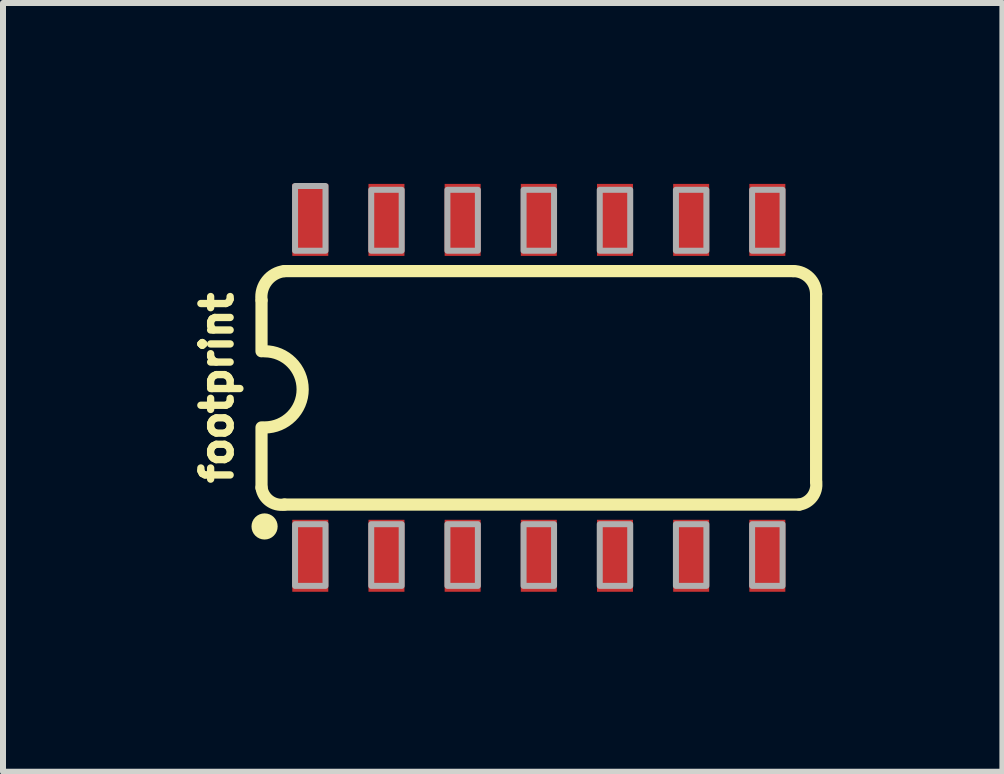
<source format=kicad_pcb>
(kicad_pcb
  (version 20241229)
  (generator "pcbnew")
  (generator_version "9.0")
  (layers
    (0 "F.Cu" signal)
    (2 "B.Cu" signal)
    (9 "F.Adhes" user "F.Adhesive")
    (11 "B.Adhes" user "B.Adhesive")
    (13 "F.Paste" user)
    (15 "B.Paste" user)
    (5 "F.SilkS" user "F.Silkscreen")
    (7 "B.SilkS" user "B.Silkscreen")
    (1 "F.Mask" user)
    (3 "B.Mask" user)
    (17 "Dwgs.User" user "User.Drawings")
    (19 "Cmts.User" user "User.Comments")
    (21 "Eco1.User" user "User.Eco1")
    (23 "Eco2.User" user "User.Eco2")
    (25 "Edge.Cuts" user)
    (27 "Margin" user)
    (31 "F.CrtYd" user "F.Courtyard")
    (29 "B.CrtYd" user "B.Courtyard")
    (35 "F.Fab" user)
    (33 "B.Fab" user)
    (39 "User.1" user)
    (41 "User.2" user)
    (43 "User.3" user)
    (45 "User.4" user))
  (footprint "footprint"
    (layer "F.Cu")
    (at 5.933 3.416)
    (property "Reference" "footprint" (at -5.08 0 90) (layer "F.SilkS") (effects (font (size 0.488 0.488) (thickness 0.122)) (justify bottom)))
    (fp_line (start -4.623 -1.453) (end -4.623 -0.61) (stroke (width 0.203) (type solid)) (layer "F.SilkS"))
    (fp_line (start -4.623 1.665) (end -4.623 0.66) (stroke (width 0.203) (type solid)) (layer "F.SilkS"))
    (fp_line (start -4.242 1.946) (end 4.342 1.946) (stroke (width 0.203) (type solid)) (layer "F.SilkS"))
    (fp_line (start 4.242 -1.946) (end -4.242 -1.946) (stroke (width 0.203) (type solid)) (layer "F.SilkS"))
    (fp_line (start 4.623 1.565) (end 4.623 -1.565) (stroke (width 0.203) (type solid)) (layer "F.SilkS"))
    (fp_arc (start -4.6228 -1.4653) (mid -4.531948 -1.784731) (end -4.2418 -1.9463) (stroke (width 0.2032) (type solid)) (layer "F.SilkS"))
    (fp_arc (start -4.572 -0.6096) (mid -3.937 0.0254) (end -4.572 0.6604) (stroke (width 0.2032) (type solid)) (layer "F.SilkS"))
    (fp_arc (start -4.241799 1.946301) (mid -4.49054 1.884767) (end -4.6228 1.6653) (stroke (width 0.2032) (type solid)) (layer "F.SilkS"))
    (fp_arc (start 4.2418 -1.9463) (mid 4.511237 -1.834736) (end 4.6228 -1.565298) (stroke (width 0.2032) (type solid)) (layer "F.SilkS"))
    (fp_arc (start 4.6228 1.5653) (mid 4.561208 1.813997) (end 4.3418 1.9463) (stroke (width 0.2032) (type solid)) (layer "F.SilkS"))
    (fp_circle (center -4.572 2.311) (end -4.463 2.311) (stroke (width 0.218) (type solid)) (fill yes) (layer "F.SilkS"))
    (fp_poly (pts (xy -4.064 -2.286) (xy -3.556 -2.286) (xy -3.556 -3.365) (xy -4.064 -3.365)) (stroke (width 0.1) (type solid)) (fill no) (layer "F.Fab"))
    (fp_poly (pts (xy -4.064 3.302) (xy -3.556 3.302) (xy -3.556 2.273) (xy -4.064 2.273)) (stroke (width 0.1) (type solid)) (fill no) (layer "F.Fab"))
    (fp_poly (pts (xy -2.794 -2.286) (xy -2.286 -2.286) (xy -2.286 -3.302) (xy -2.794 -3.302)) (stroke (width 0.1) (type solid)) (fill no) (layer "F.Fab"))
    (fp_poly (pts (xy -2.794 3.302) (xy -2.286 3.302) (xy -2.286 2.273) (xy -2.794 2.273)) (stroke (width 0.1) (type solid)) (fill no) (layer "F.Fab"))
    (fp_poly (pts (xy -1.524 -2.286) (xy -1.016 -2.286) (xy -1.016 -3.302) (xy -1.524 -3.302)) (stroke (width 0.1) (type solid)) (fill no) (layer "F.Fab"))
    (fp_poly (pts (xy -1.524 3.302) (xy -1.016 3.302) (xy -1.016 2.273) (xy -1.524 2.273)) (stroke (width 0.1) (type solid)) (fill no) (layer "F.Fab"))
    (fp_poly (pts (xy -0.254 -2.286) (xy 0.254 -2.286) (xy 0.254 -3.302) (xy -0.254 -3.302)) (stroke (width 0.1) (type solid)) (fill no) (layer "F.Fab"))
    (fp_poly (pts (xy -0.254 3.302) (xy 0.254 3.302) (xy 0.254 2.273) (xy -0.254 2.273)) (stroke (width 0.1) (type solid)) (fill no) (layer "F.Fab"))
    (fp_poly (pts (xy 1.016 -2.286) (xy 1.524 -2.286) (xy 1.524 -3.302) (xy 1.016 -3.302)) (stroke (width 0.1) (type solid)) (fill no) (layer "F.Fab"))
    (fp_poly (pts (xy 1.016 3.302) (xy 1.524 3.302) (xy 1.524 2.273) (xy 1.016 2.273)) (stroke (width 0.1) (type solid)) (fill no) (layer "F.Fab"))
    (fp_poly (pts (xy 2.286 -2.286) (xy 2.794 -2.286) (xy 2.794 -3.302) (xy 2.286 -3.302)) (stroke (width 0.1) (type solid)) (fill no) (layer "F.Fab"))
    (fp_poly (pts (xy 2.286 3.302) (xy 2.794 3.302) (xy 2.794 2.273) (xy 2.286 2.273)) (stroke (width 0.1) (type solid)) (fill no) (layer "F.Fab"))
    (fp_poly (pts (xy 3.556 -2.286) (xy 4.064 -2.286) (xy 4.064 -3.302) (xy 3.556 -3.302)) (stroke (width 0.1) (type solid)) (fill no) (layer "F.Fab"))
    (fp_poly (pts (xy 3.556 3.302) (xy 4.064 3.302) (xy 4.064 2.273) (xy 3.556 2.273)) (stroke (width 0.1) (type solid)) (fill no) (layer "F.Fab"))
    (pad "1" smd rect (at -3.81 2.8) (size 0.6 1.2) (layers "F.Cu" "F.Mask" "F.Paste"))
    (pad "2" smd rect (at -2.54 2.8) (size 0.6 1.2) (layers "F.Cu" "F.Mask" "F.Paste"))
    (pad "3" smd rect (at -1.27 2.8) (size 0.6 1.2) (layers "F.Cu" "F.Mask" "F.Paste"))
    (pad "4" smd rect (at 0 2.8) (size 0.6 1.2) (layers "F.Cu" "F.Mask" "F.Paste"))
    (pad "5" smd rect (at 1.27 2.8) (size 0.6 1.2) (layers "F.Cu" "F.Mask" "F.Paste"))
    (pad "6" smd rect (at 2.54 2.8) (size 0.6 1.2) (layers "F.Cu" "F.Mask" "F.Paste"))
    (pad "7" smd rect (at 3.81 2.8) (size 0.6 1.2) (layers "F.Cu" "F.Mask" "F.Paste"))
    (pad "8" smd rect (at 3.81 -2.8) (size 0.6 1.2) (layers "F.Cu" "F.Mask" "F.Paste"))
    (pad "9" smd rect (at 2.54 -2.8) (size 0.6 1.2) (layers "F.Cu" "F.Mask" "F.Paste"))
    (pad "10" smd rect (at 1.27 -2.8) (size 0.6 1.2) (layers "F.Cu" "F.Mask" "F.Paste"))
    (pad "11" smd rect (at 0 -2.8) (size 0.6 1.2) (layers "F.Cu" "F.Mask" "F.Paste"))
    (pad "12" smd rect (at -1.27 -2.8) (size 0.6 1.2) (layers "F.Cu" "F.Mask" "F.Paste"))
    (pad "13" smd rect (at -2.54 -2.8) (size 0.6 1.2) (layers "F.Cu" "F.Mask" "F.Paste"))
    (pad "14" smd rect (at -3.81 -2.8) (size 0.6 1.2) (layers "F.Cu" "F.Mask" "F.Paste")))
  (gr_rect
    (start -3 -3)
    (end 13.662 9.816)
    (stroke (width 0.1) (type default))
    (fill no)
    (layer "Edge.Cuts")))
</source>
